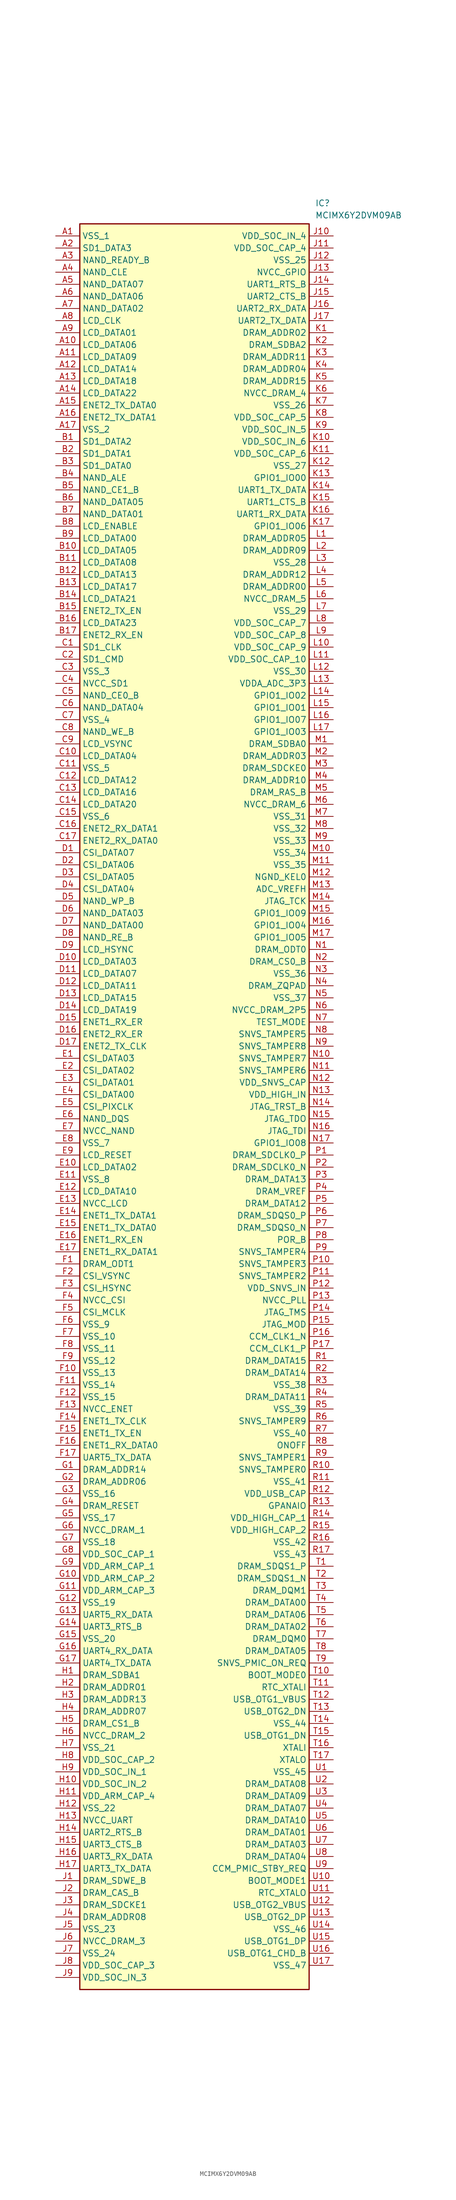
<source format=kicad_sym>
(kicad_symbol_lib
  (version 20211014)
  (generator SamacSys_ECAD_Model)
  (symbol "MCIMX6Y2DVM09AB"
    (property "Reference" "IC"
      (at 54.61 7.62 0)
      (effects (font (size 1.27 1.27)) (justify left top)))
    (property "Value" "MCIMX6Y2DVM09AB"
      (at 54.61 5.08 0)
      (effects (font (size 1.27 1.27)) (justify left top)))
    (rectangle
      (start 5.08 2.54)
      (end 53.34 -368.3)
      (stroke (width 0.254) (type default))
      (fill (type background)))
    (pin passive line
      (at 0 0 0)
      (length 5.08)
      (name "VSS_1" (effects (font (size 1.27 1.27))))
      (number "A1" (effects (font (size 1.27 1.27)))))
    (pin passive line
      (at 0 -2.54 0)
      (length 5.08)
      (name "SD1_DATA3" (effects (font (size 1.27 1.27))))
      (number "A2" (effects (font (size 1.27 1.27)))))
    (pin passive line
      (at 0 -5.08 0)
      (length 5.08)
      (name "NAND_READY_B" (effects (font (size 1.27 1.27))))
      (number "A3" (effects (font (size 1.27 1.27)))))
    (pin passive line
      (at 0 -7.62 0)
      (length 5.08)
      (name "NAND_CLE" (effects (font (size 1.27 1.27))))
      (number "A4" (effects (font (size 1.27 1.27)))))
    (pin passive line
      (at 0 -10.16 0)
      (length 5.08)
      (name "NAND_DATA07" (effects (font (size 1.27 1.27))))
      (number "A5" (effects (font (size 1.27 1.27)))))
    (pin passive line
      (at 0 -12.7 0)
      (length 5.08)
      (name "NAND_DATA06" (effects (font (size 1.27 1.27))))
      (number "A6" (effects (font (size 1.27 1.27)))))
    (pin passive line
      (at 0 -15.24 0)
      (length 5.08)
      (name "NAND_DATA02" (effects (font (size 1.27 1.27))))
      (number "A7" (effects (font (size 1.27 1.27)))))
    (pin passive line
      (at 0 -17.78 0)
      (length 5.08)
      (name "LCD_CLK" (effects (font (size 1.27 1.27))))
      (number "A8" (effects (font (size 1.27 1.27)))))
    (pin passive line
      (at 0 -20.32 0)
      (length 5.08)
      (name "LCD_DATA01" (effects (font (size 1.27 1.27))))
      (number "A9" (effects (font (size 1.27 1.27)))))
    (pin passive line
      (at 0 -22.86 0)
      (length 5.08)
      (name "LCD_DATA06" (effects (font (size 1.27 1.27))))
      (number "A10" (effects (font (size 1.27 1.27)))))
    (pin passive line
      (at 0 -25.4 0)
      (length 5.08)
      (name "LCD_DATA09" (effects (font (size 1.27 1.27))))
      (number "A11" (effects (font (size 1.27 1.27)))))
    (pin passive line
      (at 0 -27.94 0)
      (length 5.08)
      (name "LCD_DATA14" (effects (font (size 1.27 1.27))))
      (number "A12" (effects (font (size 1.27 1.27)))))
    (pin passive line
      (at 0 -30.48 0)
      (length 5.08)
      (name "LCD_DATA18" (effects (font (size 1.27 1.27))))
      (number "A13" (effects (font (size 1.27 1.27)))))
    (pin passive line
      (at 0 -33.02 0)
      (length 5.08)
      (name "LCD_DATA22" (effects (font (size 1.27 1.27))))
      (number "A14" (effects (font (size 1.27 1.27)))))
    (pin passive line
      (at 0 -35.56 0)
      (length 5.08)
      (name "ENET2_TX_DATA0" (effects (font (size 1.27 1.27))))
      (number "A15" (effects (font (size 1.27 1.27)))))
    (pin passive line
      (at 0 -38.1 0)
      (length 5.08)
      (name "ENET2_TX_DATA1" (effects (font (size 1.27 1.27))))
      (number "A16" (effects (font (size 1.27 1.27)))))
    (pin passive line
      (at 0 -40.64 0)
      (length 5.08)
      (name "VSS_2" (effects (font (size 1.27 1.27))))
      (number "A17" (effects (font (size 1.27 1.27)))))
    (pin passive line
      (at 0 -43.18 0)
      (length 5.08)
      (name "SD1_DATA2" (effects (font (size 1.27 1.27))))
      (number "B1" (effects (font (size 1.27 1.27)))))
    (pin passive line
      (at 0 -45.72 0)
      (length 5.08)
      (name "SD1_DATA1" (effects (font (size 1.27 1.27))))
      (number "B2" (effects (font (size 1.27 1.27)))))
    (pin passive line
      (at 0 -48.26 0)
      (length 5.08)
      (name "SD1_DATA0" (effects (font (size 1.27 1.27))))
      (number "B3" (effects (font (size 1.27 1.27)))))
    (pin passive line
      (at 0 -50.8 0)
      (length 5.08)
      (name "NAND_ALE" (effects (font (size 1.27 1.27))))
      (number "B4" (effects (font (size 1.27 1.27)))))
    (pin passive line
      (at 0 -53.34 0)
      (length 5.08)
      (name "NAND_CE1_B" (effects (font (size 1.27 1.27))))
      (number "B5" (effects (font (size 1.27 1.27)))))
    (pin passive line
      (at 0 -55.88 0)
      (length 5.08)
      (name "NAND_DATA05" (effects (font (size 1.27 1.27))))
      (number "B6" (effects (font (size 1.27 1.27)))))
    (pin passive line
      (at 0 -58.42 0)
      (length 5.08)
      (name "NAND_DATA01" (effects (font (size 1.27 1.27))))
      (number "B7" (effects (font (size 1.27 1.27)))))
    (pin passive line
      (at 0 -60.96 0)
      (length 5.08)
      (name "LCD_ENABLE" (effects (font (size 1.27 1.27))))
      (number "B8" (effects (font (size 1.27 1.27)))))
    (pin passive line
      (at 0 -63.5 0)
      (length 5.08)
      (name "LCD_DATA00" (effects (font (size 1.27 1.27))))
      (number "B9" (effects (font (size 1.27 1.27)))))
    (pin passive line
      (at 0 -66.04 0)
      (length 5.08)
      (name "LCD_DATA05" (effects (font (size 1.27 1.27))))
      (number "B10" (effects (font (size 1.27 1.27)))))
    (pin passive line
      (at 0 -68.58 0)
      (length 5.08)
      (name "LCD_DATA08" (effects (font (size 1.27 1.27))))
      (number "B11" (effects (font (size 1.27 1.27)))))
    (pin passive line
      (at 0 -71.12 0)
      (length 5.08)
      (name "LCD_DATA13" (effects (font (size 1.27 1.27))))
      (number "B12" (effects (font (size 1.27 1.27)))))
    (pin passive line
      (at 0 -73.66 0)
      (length 5.08)
      (name "LCD_DATA17" (effects (font (size 1.27 1.27))))
      (number "B13" (effects (font (size 1.27 1.27)))))
    (pin passive line
      (at 0 -76.2 0)
      (length 5.08)
      (name "LCD_DATA21" (effects (font (size 1.27 1.27))))
      (number "B14" (effects (font (size 1.27 1.27)))))
    (pin passive line
      (at 0 -78.74 0)
      (length 5.08)
      (name "ENET2_TX_EN" (effects (font (size 1.27 1.27))))
      (number "B15" (effects (font (size 1.27 1.27)))))
    (pin passive line
      (at 0 -81.28 0)
      (length 5.08)
      (name "LCD_DATA23" (effects (font (size 1.27 1.27))))
      (number "B16" (effects (font (size 1.27 1.27)))))
    (pin passive line
      (at 0 -83.82 0)
      (length 5.08)
      (name "ENET2_RX_EN" (effects (font (size 1.27 1.27))))
      (number "B17" (effects (font (size 1.27 1.27)))))
    (pin passive line
      (at 0 -86.36 0)
      (length 5.08)
      (name "SD1_CLK" (effects (font (size 1.27 1.27))))
      (number "C1" (effects (font (size 1.27 1.27)))))
    (pin passive line
      (at 0 -88.9 0)
      (length 5.08)
      (name "SD1_CMD" (effects (font (size 1.27 1.27))))
      (number "C2" (effects (font (size 1.27 1.27)))))
    (pin passive line
      (at 0 -91.44 0)
      (length 5.08)
      (name "VSS_3" (effects (font (size 1.27 1.27))))
      (number "C3" (effects (font (size 1.27 1.27)))))
    (pin passive line
      (at 0 -93.98 0)
      (length 5.08)
      (name "NVCC_SD1" (effects (font (size 1.27 1.27))))
      (number "C4" (effects (font (size 1.27 1.27)))))
    (pin passive line
      (at 0 -96.52 0)
      (length 5.08)
      (name "NAND_CE0_B" (effects (font (size 1.27 1.27))))
      (number "C5" (effects (font (size 1.27 1.27)))))
    (pin passive line
      (at 0 -99.06 0)
      (length 5.08)
      (name "NAND_DATA04" (effects (font (size 1.27 1.27))))
      (number "C6" (effects (font (size 1.27 1.27)))))
    (pin passive line
      (at 0 -101.6 0)
      (length 5.08)
      (name "VSS_4" (effects (font (size 1.27 1.27))))
      (number "C7" (effects (font (size 1.27 1.27)))))
    (pin passive line
      (at 0 -104.14 0)
      (length 5.08)
      (name "NAND_WE_B" (effects (font (size 1.27 1.27))))
      (number "C8" (effects (font (size 1.27 1.27)))))
    (pin passive line
      (at 0 -106.68 0)
      (length 5.08)
      (name "LCD_VSYNC" (effects (font (size 1.27 1.27))))
      (number "C9" (effects (font (size 1.27 1.27)))))
    (pin passive line
      (at 0 -109.22 0)
      (length 5.08)
      (name "LCD_DATA04" (effects (font (size 1.27 1.27))))
      (number "C10" (effects (font (size 1.27 1.27)))))
    (pin passive line
      (at 0 -111.76 0)
      (length 5.08)
      (name "VSS_5" (effects (font (size 1.27 1.27))))
      (number "C11" (effects (font (size 1.27 1.27)))))
    (pin passive line
      (at 0 -114.3 0)
      (length 5.08)
      (name "LCD_DATA12" (effects (font (size 1.27 1.27))))
      (number "C12" (effects (font (size 1.27 1.27)))))
    (pin passive line
      (at 0 -116.84 0)
      (length 5.08)
      (name "LCD_DATA16" (effects (font (size 1.27 1.27))))
      (number "C13" (effects (font (size 1.27 1.27)))))
    (pin passive line
      (at 0 -119.38 0)
      (length 5.08)
      (name "LCD_DATA20" (effects (font (size 1.27 1.27))))
      (number "C14" (effects (font (size 1.27 1.27)))))
    (pin passive line
      (at 0 -121.92 0)
      (length 5.08)
      (name "VSS_6" (effects (font (size 1.27 1.27))))
      (number "C15" (effects (font (size 1.27 1.27)))))
    (pin passive line
      (at 0 -124.46 0)
      (length 5.08)
      (name "ENET2_RX_DATA1" (effects (font (size 1.27 1.27))))
      (number "C16" (effects (font (size 1.27 1.27)))))
    (pin passive line
      (at 0 -127 0)
      (length 5.08)
      (name "ENET2_RX_DATA0" (effects (font (size 1.27 1.27))))
      (number "C17" (effects (font (size 1.27 1.27)))))
    (pin passive line
      (at 0 -129.54 0)
      (length 5.08)
      (name "CSI_DATA07" (effects (font (size 1.27 1.27))))
      (number "D1" (effects (font (size 1.27 1.27)))))
    (pin passive line
      (at 0 -132.08 0)
      (length 5.08)
      (name "CSI_DATA06" (effects (font (size 1.27 1.27))))
      (number "D2" (effects (font (size 1.27 1.27)))))
    (pin passive line
      (at 0 -134.62 0)
      (length 5.08)
      (name "CSI_DATA05" (effects (font (size 1.27 1.27))))
      (number "D3" (effects (font (size 1.27 1.27)))))
    (pin passive line
      (at 0 -137.16 0)
      (length 5.08)
      (name "CSI_DATA04" (effects (font (size 1.27 1.27))))
      (number "D4" (effects (font (size 1.27 1.27)))))
    (pin passive line
      (at 0 -139.7 0)
      (length 5.08)
      (name "NAND_WP_B" (effects (font (size 1.27 1.27))))
      (number "D5" (effects (font (size 1.27 1.27)))))
    (pin passive line
      (at 0 -142.24 0)
      (length 5.08)
      (name "NAND_DATA03" (effects (font (size 1.27 1.27))))
      (number "D6" (effects (font (size 1.27 1.27)))))
    (pin passive line
      (at 0 -144.78 0)
      (length 5.08)
      (name "NAND_DATA00" (effects (font (size 1.27 1.27))))
      (number "D7" (effects (font (size 1.27 1.27)))))
    (pin passive line
      (at 0 -147.32 0)
      (length 5.08)
      (name "NAND_RE_B" (effects (font (size 1.27 1.27))))
      (number "D8" (effects (font (size 1.27 1.27)))))
    (pin passive line
      (at 0 -149.86 0)
      (length 5.08)
      (name "LCD_HSYNC" (effects (font (size 1.27 1.27))))
      (number "D9" (effects (font (size 1.27 1.27)))))
    (pin passive line
      (at 0 -152.4 0)
      (length 5.08)
      (name "LCD_DATA03" (effects (font (size 1.27 1.27))))
      (number "D10" (effects (font (size 1.27 1.27)))))
    (pin passive line
      (at 0 -154.94 0)
      (length 5.08)
      (name "LCD_DATA07" (effects (font (size 1.27 1.27))))
      (number "D11" (effects (font (size 1.27 1.27)))))
    (pin passive line
      (at 0 -157.48 0)
      (length 5.08)
      (name "LCD_DATA11" (effects (font (size 1.27 1.27))))
      (number "D12" (effects (font (size 1.27 1.27)))))
    (pin passive line
      (at 0 -160.02 0)
      (length 5.08)
      (name "LCD_DATA15" (effects (font (size 1.27 1.27))))
      (number "D13" (effects (font (size 1.27 1.27)))))
    (pin passive line
      (at 0 -162.56 0)
      (length 5.08)
      (name "LCD_DATA19" (effects (font (size 1.27 1.27))))
      (number "D14" (effects (font (size 1.27 1.27)))))
    (pin passive line
      (at 0 -165.1 0)
      (length 5.08)
      (name "ENET1_RX_ER" (effects (font (size 1.27 1.27))))
      (number "D15" (effects (font (size 1.27 1.27)))))
    (pin passive line
      (at 0 -167.64 0)
      (length 5.08)
      (name "ENET2_RX_ER" (effects (font (size 1.27 1.27))))
      (number "D16" (effects (font (size 1.27 1.27)))))
    (pin passive line
      (at 0 -170.18 0)
      (length 5.08)
      (name "ENET2_TX_CLK" (effects (font (size 1.27 1.27))))
      (number "D17" (effects (font (size 1.27 1.27)))))
    (pin passive line
      (at 0 -172.72 0)
      (length 5.08)
      (name "CSI_DATA03" (effects (font (size 1.27 1.27))))
      (number "E1" (effects (font (size 1.27 1.27)))))
    (pin passive line
      (at 0 -175.26 0)
      (length 5.08)
      (name "CSI_DATA02" (effects (font (size 1.27 1.27))))
      (number "E2" (effects (font (size 1.27 1.27)))))
    (pin passive line
      (at 0 -177.8 0)
      (length 5.08)
      (name "CSI_DATA01" (effects (font (size 1.27 1.27))))
      (number "E3" (effects (font (size 1.27 1.27)))))
    (pin passive line
      (at 0 -180.34 0)
      (length 5.08)
      (name "CSI_DATA00" (effects (font (size 1.27 1.27))))
      (number "E4" (effects (font (size 1.27 1.27)))))
    (pin passive line
      (at 0 -182.88 0)
      (length 5.08)
      (name "CSI_PIXCLK" (effects (font (size 1.27 1.27))))
      (number "E5" (effects (font (size 1.27 1.27)))))
    (pin passive line
      (at 0 -185.42 0)
      (length 5.08)
      (name "NAND_DQS" (effects (font (size 1.27 1.27))))
      (number "E6" (effects (font (size 1.27 1.27)))))
    (pin passive line
      (at 0 -187.96 0)
      (length 5.08)
      (name "NVCC_NAND" (effects (font (size 1.27 1.27))))
      (number "E7" (effects (font (size 1.27 1.27)))))
    (pin passive line
      (at 0 -190.5 0)
      (length 5.08)
      (name "VSS_7" (effects (font (size 1.27 1.27))))
      (number "E8" (effects (font (size 1.27 1.27)))))
    (pin passive line
      (at 0 -193.04 0)
      (length 5.08)
      (name "LCD_RESET" (effects (font (size 1.27 1.27))))
      (number "E9" (effects (font (size 1.27 1.27)))))
    (pin passive line
      (at 0 -195.58 0)
      (length 5.08)
      (name "LCD_DATA02" (effects (font (size 1.27 1.27))))
      (number "E10" (effects (font (size 1.27 1.27)))))
    (pin passive line
      (at 0 -198.12 0)
      (length 5.08)
      (name "VSS_8" (effects (font (size 1.27 1.27))))
      (number "E11" (effects (font (size 1.27 1.27)))))
    (pin passive line
      (at 0 -200.66 0)
      (length 5.08)
      (name "LCD_DATA10" (effects (font (size 1.27 1.27))))
      (number "E12" (effects (font (size 1.27 1.27)))))
    (pin passive line
      (at 0 -203.2 0)
      (length 5.08)
      (name "NVCC_LCD" (effects (font (size 1.27 1.27))))
      (number "E13" (effects (font (size 1.27 1.27)))))
    (pin passive line
      (at 0 -205.74 0)
      (length 5.08)
      (name "ENET1_TX_DATA1" (effects (font (size 1.27 1.27))))
      (number "E14" (effects (font (size 1.27 1.27)))))
    (pin passive line
      (at 0 -208.28 0)
      (length 5.08)
      (name "ENET1_TX_DATA0" (effects (font (size 1.27 1.27))))
      (number "E15" (effects (font (size 1.27 1.27)))))
    (pin passive line
      (at 0 -210.82 0)
      (length 5.08)
      (name "ENET1_RX_EN" (effects (font (size 1.27 1.27))))
      (number "E16" (effects (font (size 1.27 1.27)))))
    (pin passive line
      (at 0 -213.36 0)
      (length 5.08)
      (name "ENET1_RX_DATA1" (effects (font (size 1.27 1.27))))
      (number "E17" (effects (font (size 1.27 1.27)))))
    (pin passive line
      (at 0 -215.9 0)
      (length 5.08)
      (name "DRAM_ODT1" (effects (font (size 1.27 1.27))))
      (number "F1" (effects (font (size 1.27 1.27)))))
    (pin passive line
      (at 0 -218.44 0)
      (length 5.08)
      (name "CSI_VSYNC" (effects (font (size 1.27 1.27))))
      (number "F2" (effects (font (size 1.27 1.27)))))
    (pin passive line
      (at 0 -220.98 0)
      (length 5.08)
      (name "CSI_HSYNC" (effects (font (size 1.27 1.27))))
      (number "F3" (effects (font (size 1.27 1.27)))))
    (pin passive line
      (at 0 -223.52 0)
      (length 5.08)
      (name "NVCC_CSI" (effects (font (size 1.27 1.27))))
      (number "F4" (effects (font (size 1.27 1.27)))))
    (pin passive line
      (at 0 -226.06 0)
      (length 5.08)
      (name "CSI_MCLK" (effects (font (size 1.27 1.27))))
      (number "F5" (effects (font (size 1.27 1.27)))))
    (pin passive line
      (at 0 -228.6 0)
      (length 5.08)
      (name "VSS_9" (effects (font (size 1.27 1.27))))
      (number "F6" (effects (font (size 1.27 1.27)))))
    (pin passive line
      (at 0 -231.14 0)
      (length 5.08)
      (name "VSS_10" (effects (font (size 1.27 1.27))))
      (number "F7" (effects (font (size 1.27 1.27)))))
    (pin passive line
      (at 0 -233.68 0)
      (length 5.08)
      (name "VSS_11" (effects (font (size 1.27 1.27))))
      (number "F8" (effects (font (size 1.27 1.27)))))
    (pin passive line
      (at 0 -236.22 0)
      (length 5.08)
      (name "VSS_12" (effects (font (size 1.27 1.27))))
      (number "F9" (effects (font (size 1.27 1.27)))))
    (pin passive line
      (at 0 -238.76 0)
      (length 5.08)
      (name "VSS_13" (effects (font (size 1.27 1.27))))
      (number "F10" (effects (font (size 1.27 1.27)))))
    (pin passive line
      (at 0 -241.3 0)
      (length 5.08)
      (name "VSS_14" (effects (font (size 1.27 1.27))))
      (number "F11" (effects (font (size 1.27 1.27)))))
    (pin passive line
      (at 0 -243.84 0)
      (length 5.08)
      (name "VSS_15" (effects (font (size 1.27 1.27))))
      (number "F12" (effects (font (size 1.27 1.27)))))
    (pin passive line
      (at 0 -246.38 0)
      (length 5.08)
      (name "NVCC_ENET" (effects (font (size 1.27 1.27))))
      (number "F13" (effects (font (size 1.27 1.27)))))
    (pin passive line
      (at 0 -248.92 0)
      (length 5.08)
      (name "ENET1_TX_CLK" (effects (font (size 1.27 1.27))))
      (number "F14" (effects (font (size 1.27 1.27)))))
    (pin passive line
      (at 0 -251.46 0)
      (length 5.08)
      (name "ENET1_TX_EN" (effects (font (size 1.27 1.27))))
      (number "F15" (effects (font (size 1.27 1.27)))))
    (pin passive line
      (at 0 -254 0)
      (length 5.08)
      (name "ENET1_RX_DATA0" (effects (font (size 1.27 1.27))))
      (number "F16" (effects (font (size 1.27 1.27)))))
    (pin passive line
      (at 0 -256.54 0)
      (length 5.08)
      (name "UART5_TX_DATA" (effects (font (size 1.27 1.27))))
      (number "F17" (effects (font (size 1.27 1.27)))))
    (pin passive line
      (at 0 -259.08 0)
      (length 5.08)
      (name "DRAM_ADDR14" (effects (font (size 1.27 1.27))))
      (number "G1" (effects (font (size 1.27 1.27)))))
    (pin passive line
      (at 0 -261.62 0)
      (length 5.08)
      (name "DRAM_ADDR06" (effects (font (size 1.27 1.27))))
      (number "G2" (effects (font (size 1.27 1.27)))))
    (pin passive line
      (at 0 -264.16 0)
      (length 5.08)
      (name "VSS_16" (effects (font (size 1.27 1.27))))
      (number "G3" (effects (font (size 1.27 1.27)))))
    (pin passive line
      (at 0 -266.7 0)
      (length 5.08)
      (name "DRAM_RESET" (effects (font (size 1.27 1.27))))
      (number "G4" (effects (font (size 1.27 1.27)))))
    (pin passive line
      (at 0 -269.24 0)
      (length 5.08)
      (name "VSS_17" (effects (font (size 1.27 1.27))))
      (number "G5" (effects (font (size 1.27 1.27)))))
    (pin passive line
      (at 0 -271.78 0)
      (length 5.08)
      (name "NVCC_DRAM_1" (effects (font (size 1.27 1.27))))
      (number "G6" (effects (font (size 1.27 1.27)))))
    (pin passive line
      (at 0 -274.32 0)
      (length 5.08)
      (name "VSS_18" (effects (font (size 1.27 1.27))))
      (number "G7" (effects (font (size 1.27 1.27)))))
    (pin passive line
      (at 0 -276.86 0)
      (length 5.08)
      (name "VDD_SOC_CAP_1" (effects (font (size 1.27 1.27))))
      (number "G8" (effects (font (size 1.27 1.27)))))
    (pin passive line
      (at 0 -279.4 0)
      (length 5.08)
      (name "VDD_ARM_CAP_1" (effects (font (size 1.27 1.27))))
      (number "G9" (effects (font (size 1.27 1.27)))))
    (pin passive line
      (at 0 -281.94 0)
      (length 5.08)
      (name "VDD_ARM_CAP_2" (effects (font (size 1.27 1.27))))
      (number "G10" (effects (font (size 1.27 1.27)))))
    (pin passive line
      (at 0 -284.48 0)
      (length 5.08)
      (name "VDD_ARM_CAP_3" (effects (font (size 1.27 1.27))))
      (number "G11" (effects (font (size 1.27 1.27)))))
    (pin passive line
      (at 0 -287.02 0)
      (length 5.08)
      (name "VSS_19" (effects (font (size 1.27 1.27))))
      (number "G12" (effects (font (size 1.27 1.27)))))
    (pin passive line
      (at 0 -289.56 0)
      (length 5.08)
      (name "UART5_RX_DATA" (effects (font (size 1.27 1.27))))
      (number "G13" (effects (font (size 1.27 1.27)))))
    (pin passive line
      (at 0 -292.1 0)
      (length 5.08)
      (name "UART3_RTS_B" (effects (font (size 1.27 1.27))))
      (number "G14" (effects (font (size 1.27 1.27)))))
    (pin passive line
      (at 0 -294.64 0)
      (length 5.08)
      (name "VSS_20" (effects (font (size 1.27 1.27))))
      (number "G15" (effects (font (size 1.27 1.27)))))
    (pin passive line
      (at 0 -297.18 0)
      (length 5.08)
      (name "UART4_RX_DATA" (effects (font (size 1.27 1.27))))
      (number "G16" (effects (font (size 1.27 1.27)))))
    (pin passive line
      (at 0 -299.72 0)
      (length 5.08)
      (name "UART4_TX_DATA" (effects (font (size 1.27 1.27))))
      (number "G17" (effects (font (size 1.27 1.27)))))
    (pin passive line
      (at 0 -302.26 0)
      (length 5.08)
      (name "DRAM_SDBA1" (effects (font (size 1.27 1.27))))
      (number "H1" (effects (font (size 1.27 1.27)))))
    (pin passive line
      (at 0 -304.8 0)
      (length 5.08)
      (name "DRAM_ADDR01" (effects (font (size 1.27 1.27))))
      (number "H2" (effects (font (size 1.27 1.27)))))
    (pin passive line
      (at 0 -307.34 0)
      (length 5.08)
      (name "DRAM_ADDR13" (effects (font (size 1.27 1.27))))
      (number "H3" (effects (font (size 1.27 1.27)))))
    (pin passive line
      (at 0 -309.88 0)
      (length 5.08)
      (name "DRAM_ADDR07" (effects (font (size 1.27 1.27))))
      (number "H4" (effects (font (size 1.27 1.27)))))
    (pin passive line
      (at 0 -312.42 0)
      (length 5.08)
      (name "DRAM_CS1_B" (effects (font (size 1.27 1.27))))
      (number "H5" (effects (font (size 1.27 1.27)))))
    (pin passive line
      (at 0 -314.96 0)
      (length 5.08)
      (name "NVCC_DRAM_2" (effects (font (size 1.27 1.27))))
      (number "H6" (effects (font (size 1.27 1.27)))))
    (pin passive line
      (at 0 -317.5 0)
      (length 5.08)
      (name "VSS_21" (effects (font (size 1.27 1.27))))
      (number "H7" (effects (font (size 1.27 1.27)))))
    (pin passive line
      (at 0 -320.04 0)
      (length 5.08)
      (name "VDD_SOC_CAP_2" (effects (font (size 1.27 1.27))))
      (number "H8" (effects (font (size 1.27 1.27)))))
    (pin passive line
      (at 0 -322.58 0)
      (length 5.08)
      (name "VDD_SOC_IN_1" (effects (font (size 1.27 1.27))))
      (number "H9" (effects (font (size 1.27 1.27)))))
    (pin passive line
      (at 0 -325.12 0)
      (length 5.08)
      (name "VDD_SOC_IN_2" (effects (font (size 1.27 1.27))))
      (number "H10" (effects (font (size 1.27 1.27)))))
    (pin passive line
      (at 0 -327.66 0)
      (length 5.08)
      (name "VDD_ARM_CAP_4" (effects (font (size 1.27 1.27))))
      (number "H11" (effects (font (size 1.27 1.27)))))
    (pin passive line
      (at 0 -330.2 0)
      (length 5.08)
      (name "VSS_22" (effects (font (size 1.27 1.27))))
      (number "H12" (effects (font (size 1.27 1.27)))))
    (pin passive line
      (at 0 -332.74 0)
      (length 5.08)
      (name "NVCC_UART" (effects (font (size 1.27 1.27))))
      (number "H13" (effects (font (size 1.27 1.27)))))
    (pin passive line
      (at 0 -335.28 0)
      (length 5.08)
      (name "UART2_RTS_B" (effects (font (size 1.27 1.27))))
      (number "H14" (effects (font (size 1.27 1.27)))))
    (pin passive line
      (at 0 -337.82 0)
      (length 5.08)
      (name "UART3_CTS_B" (effects (font (size 1.27 1.27))))
      (number "H15" (effects (font (size 1.27 1.27)))))
    (pin passive line
      (at 0 -340.36 0)
      (length 5.08)
      (name "UART3_RX_DATA" (effects (font (size 1.27 1.27))))
      (number "H16" (effects (font (size 1.27 1.27)))))
    (pin passive line
      (at 0 -342.9 0)
      (length 5.08)
      (name "UART3_TX_DATA" (effects (font (size 1.27 1.27))))
      (number "H17" (effects (font (size 1.27 1.27)))))
    (pin passive line
      (at 0 -345.44 0)
      (length 5.08)
      (name "DRAM_SDWE_B" (effects (font (size 1.27 1.27))))
      (number "J1" (effects (font (size 1.27 1.27)))))
    (pin passive line
      (at 0 -347.98 0)
      (length 5.08)
      (name "DRAM_CAS_B" (effects (font (size 1.27 1.27))))
      (number "J2" (effects (font (size 1.27 1.27)))))
    (pin passive line
      (at 0 -350.52 0)
      (length 5.08)
      (name "DRAM_SDCKE1" (effects (font (size 1.27 1.27))))
      (number "J3" (effects (font (size 1.27 1.27)))))
    (pin passive line
      (at 0 -353.06 0)
      (length 5.08)
      (name "DRAM_ADDR08" (effects (font (size 1.27 1.27))))
      (number "J4" (effects (font (size 1.27 1.27)))))
    (pin passive line
      (at 0 -355.6 0)
      (length 5.08)
      (name "VSS_23" (effects (font (size 1.27 1.27))))
      (number "J5" (effects (font (size 1.27 1.27)))))
    (pin passive line
      (at 0 -358.14 0)
      (length 5.08)
      (name "NVCC_DRAM_3" (effects (font (size 1.27 1.27))))
      (number "J6" (effects (font (size 1.27 1.27)))))
    (pin passive line
      (at 0 -360.68 0)
      (length 5.08)
      (name "VSS_24" (effects (font (size 1.27 1.27))))
      (number "J7" (effects (font (size 1.27 1.27)))))
    (pin passive line
      (at 0 -363.22 0)
      (length 5.08)
      (name "VDD_SOC_CAP_3" (effects (font (size 1.27 1.27))))
      (number "J8" (effects (font (size 1.27 1.27)))))
    (pin passive line
      (at 0 -365.76 0)
      (length 5.08)
      (name "VDD_SOC_IN_3" (effects (font (size 1.27 1.27))))
      (number "J9" (effects (font (size 1.27 1.27)))))
    (pin passive line
      (at 58.42 0 180)
      (length 5.08)
      (name "VDD_SOC_IN_4" (effects (font (size 1.27 1.27))))
      (number "J10" (effects (font (size 1.27 1.27)))))
    (pin passive line
      (at 58.42 -2.54 180)
      (length 5.08)
      (name "VDD_SOC_CAP_4" (effects (font (size 1.27 1.27))))
      (number "J11" (effects (font (size 1.27 1.27)))))
    (pin passive line
      (at 58.42 -5.08 180)
      (length 5.08)
      (name "VSS_25" (effects (font (size 1.27 1.27))))
      (number "J12" (effects (font (size 1.27 1.27)))))
    (pin passive line
      (at 58.42 -7.62 180)
      (length 5.08)
      (name "NVCC_GPIO" (effects (font (size 1.27 1.27))))
      (number "J13" (effects (font (size 1.27 1.27)))))
    (pin passive line
      (at 58.42 -10.16 180)
      (length 5.08)
      (name "UART1_RTS_B" (effects (font (size 1.27 1.27))))
      (number "J14" (effects (font (size 1.27 1.27)))))
    (pin passive line
      (at 58.42 -12.7 180)
      (length 5.08)
      (name "UART2_CTS_B" (effects (font (size 1.27 1.27))))
      (number "J15" (effects (font (size 1.27 1.27)))))
    (pin passive line
      (at 58.42 -15.24 180)
      (length 5.08)
      (name "UART2_RX_DATA" (effects (font (size 1.27 1.27))))
      (number "J16" (effects (font (size 1.27 1.27)))))
    (pin passive line
      (at 58.42 -17.78 180)
      (length 5.08)
      (name "UART2_TX_DATA" (effects (font (size 1.27 1.27))))
      (number "J17" (effects (font (size 1.27 1.27)))))
    (pin passive line
      (at 58.42 -20.32 180)
      (length 5.08)
      (name "DRAM_ADDR02" (effects (font (size 1.27 1.27))))
      (number "K1" (effects (font (size 1.27 1.27)))))
    (pin passive line
      (at 58.42 -22.86 180)
      (length 5.08)
      (name "DRAM_SDBA2" (effects (font (size 1.27 1.27))))
      (number "K2" (effects (font (size 1.27 1.27)))))
    (pin passive line
      (at 58.42 -25.4 180)
      (length 5.08)
      (name "DRAM_ADDR11" (effects (font (size 1.27 1.27))))
      (number "K3" (effects (font (size 1.27 1.27)))))
    (pin passive line
      (at 58.42 -27.94 180)
      (length 5.08)
      (name "DRAM_ADDR04" (effects (font (size 1.27 1.27))))
      (number "K4" (effects (font (size 1.27 1.27)))))
    (pin passive line
      (at 58.42 -30.48 180)
      (length 5.08)
      (name "DRAM_ADDR15" (effects (font (size 1.27 1.27))))
      (number "K5" (effects (font (size 1.27 1.27)))))
    (pin passive line
      (at 58.42 -33.02 180)
      (length 5.08)
      (name "NVCC_DRAM_4" (effects (font (size 1.27 1.27))))
      (number "K6" (effects (font (size 1.27 1.27)))))
    (pin passive line
      (at 58.42 -35.56 180)
      (length 5.08)
      (name "VSS_26" (effects (font (size 1.27 1.27))))
      (number "K7" (effects (font (size 1.27 1.27)))))
    (pin passive line
      (at 58.42 -38.1 180)
      (length 5.08)
      (name "VDD_SOC_CAP_5" (effects (font (size 1.27 1.27))))
      (number "K8" (effects (font (size 1.27 1.27)))))
    (pin passive line
      (at 58.42 -40.64 180)
      (length 5.08)
      (name "VDD_SOC_IN_5" (effects (font (size 1.27 1.27))))
      (number "K9" (effects (font (size 1.27 1.27)))))
    (pin passive line
      (at 58.42 -43.18 180)
      (length 5.08)
      (name "VDD_SOC_IN_6" (effects (font (size 1.27 1.27))))
      (number "K10" (effects (font (size 1.27 1.27)))))
    (pin passive line
      (at 58.42 -45.72 180)
      (length 5.08)
      (name "VDD_SOC_CAP_6" (effects (font (size 1.27 1.27))))
      (number "K11" (effects (font (size 1.27 1.27)))))
    (pin passive line
      (at 58.42 -48.26 180)
      (length 5.08)
      (name "VSS_27" (effects (font (size 1.27 1.27))))
      (number "K12" (effects (font (size 1.27 1.27)))))
    (pin passive line
      (at 58.42 -50.8 180)
      (length 5.08)
      (name "GPIO1_IO00" (effects (font (size 1.27 1.27))))
      (number "K13" (effects (font (size 1.27 1.27)))))
    (pin passive line
      (at 58.42 -53.34 180)
      (length 5.08)
      (name "UART1_TX_DATA" (effects (font (size 1.27 1.27))))
      (number "K14" (effects (font (size 1.27 1.27)))))
    (pin passive line
      (at 58.42 -55.88 180)
      (length 5.08)
      (name "UART1_CTS_B" (effects (font (size 1.27 1.27))))
      (number "K15" (effects (font (size 1.27 1.27)))))
    (pin passive line
      (at 58.42 -58.42 180)
      (length 5.08)
      (name "UART1_RX_DATA" (effects (font (size 1.27 1.27))))
      (number "K16" (effects (font (size 1.27 1.27)))))
    (pin passive line
      (at 58.42 -60.96 180)
      (length 5.08)
      (name "GPIO1_IO06" (effects (font (size 1.27 1.27))))
      (number "K17" (effects (font (size 1.27 1.27)))))
    (pin passive line
      (at 58.42 -63.5 180)
      (length 5.08)
      (name "DRAM_ADDR05" (effects (font (size 1.27 1.27))))
      (number "L1" (effects (font (size 1.27 1.27)))))
    (pin passive line
      (at 58.42 -66.04 180)
      (length 5.08)
      (name "DRAM_ADDR09" (effects (font (size 1.27 1.27))))
      (number "L2" (effects (font (size 1.27 1.27)))))
    (pin passive line
      (at 58.42 -68.58 180)
      (length 5.08)
      (name "VSS_28" (effects (font (size 1.27 1.27))))
      (number "L3" (effects (font (size 1.27 1.27)))))
    (pin passive line
      (at 58.42 -71.12 180)
      (length 5.08)
      (name "DRAM_ADDR12" (effects (font (size 1.27 1.27))))
      (number "L4" (effects (font (size 1.27 1.27)))))
    (pin passive line
      (at 58.42 -73.66 180)
      (length 5.08)
      (name "DRAM_ADDR00" (effects (font (size 1.27 1.27))))
      (number "L5" (effects (font (size 1.27 1.27)))))
    (pin passive line
      (at 58.42 -76.2 180)
      (length 5.08)
      (name "NVCC_DRAM_5" (effects (font (size 1.27 1.27))))
      (number "L6" (effects (font (size 1.27 1.27)))))
    (pin passive line
      (at 58.42 -78.74 180)
      (length 5.08)
      (name "VSS_29" (effects (font (size 1.27 1.27))))
      (number "L7" (effects (font (size 1.27 1.27)))))
    (pin passive line
      (at 58.42 -81.28 180)
      (length 5.08)
      (name "VDD_SOC_CAP_7" (effects (font (size 1.27 1.27))))
      (number "L8" (effects (font (size 1.27 1.27)))))
    (pin passive line
      (at 58.42 -83.82 180)
      (length 5.08)
      (name "VDD_SOC_CAP_8" (effects (font (size 1.27 1.27))))
      (number "L9" (effects (font (size 1.27 1.27)))))
    (pin passive line
      (at 58.42 -86.36 180)
      (length 5.08)
      (name "VDD_SOC_CAP_9" (effects (font (size 1.27 1.27))))
      (number "L10" (effects (font (size 1.27 1.27)))))
    (pin passive line
      (at 58.42 -88.9 180)
      (length 5.08)
      (name "VDD_SOC_CAP_10" (effects (font (size 1.27 1.27))))
      (number "L11" (effects (font (size 1.27 1.27)))))
    (pin passive line
      (at 58.42 -91.44 180)
      (length 5.08)
      (name "VSS_30" (effects (font (size 1.27 1.27))))
      (number "L12" (effects (font (size 1.27 1.27)))))
    (pin passive line
      (at 58.42 -93.98 180)
      (length 5.08)
      (name "VDDA_ADC_3P3" (effects (font (size 1.27 1.27))))
      (number "L13" (effects (font (size 1.27 1.27)))))
    (pin passive line
      (at 58.42 -96.52 180)
      (length 5.08)
      (name "GPIO1_IO02" (effects (font (size 1.27 1.27))))
      (number "L14" (effects (font (size 1.27 1.27)))))
    (pin passive line
      (at 58.42 -99.06 180)
      (length 5.08)
      (name "GPIO1_IO01" (effects (font (size 1.27 1.27))))
      (number "L15" (effects (font (size 1.27 1.27)))))
    (pin passive line
      (at 58.42 -101.6 180)
      (length 5.08)
      (name "GPIO1_IO07" (effects (font (size 1.27 1.27))))
      (number "L16" (effects (font (size 1.27 1.27)))))
    (pin passive line
      (at 58.42 -104.14 180)
      (length 5.08)
      (name "GPIO1_IO03" (effects (font (size 1.27 1.27))))
      (number "L17" (effects (font (size 1.27 1.27)))))
    (pin passive line
      (at 58.42 -106.68 180)
      (length 5.08)
      (name "DRAM_SDBA0" (effects (font (size 1.27 1.27))))
      (number "M1" (effects (font (size 1.27 1.27)))))
    (pin passive line
      (at 58.42 -109.22 180)
      (length 5.08)
      (name "DRAM_ADDR03" (effects (font (size 1.27 1.27))))
      (number "M2" (effects (font (size 1.27 1.27)))))
    (pin passive line
      (at 58.42 -111.76 180)
      (length 5.08)
      (name "DRAM_SDCKE0" (effects (font (size 1.27 1.27))))
      (number "M3" (effects (font (size 1.27 1.27)))))
    (pin passive line
      (at 58.42 -114.3 180)
      (length 5.08)
      (name "DRAM_ADDR10" (effects (font (size 1.27 1.27))))
      (number "M4" (effects (font (size 1.27 1.27)))))
    (pin passive line
      (at 58.42 -116.84 180)
      (length 5.08)
      (name "DRAM_RAS_B" (effects (font (size 1.27 1.27))))
      (number "M5" (effects (font (size 1.27 1.27)))))
    (pin passive line
      (at 58.42 -119.38 180)
      (length 5.08)
      (name "NVCC_DRAM_6" (effects (font (size 1.27 1.27))))
      (number "M6" (effects (font (size 1.27 1.27)))))
    (pin passive line
      (at 58.42 -121.92 180)
      (length 5.08)
      (name "VSS_31" (effects (font (size 1.27 1.27))))
      (number "M7" (effects (font (size 1.27 1.27)))))
    (pin passive line
      (at 58.42 -124.46 180)
      (length 5.08)
      (name "VSS_32" (effects (font (size 1.27 1.27))))
      (number "M8" (effects (font (size 1.27 1.27)))))
    (pin passive line
      (at 58.42 -127 180)
      (length 5.08)
      (name "VSS_33" (effects (font (size 1.27 1.27))))
      (number "M9" (effects (font (size 1.27 1.27)))))
    (pin passive line
      (at 58.42 -129.54 180)
      (length 5.08)
      (name "VSS_34" (effects (font (size 1.27 1.27))))
      (number "M10" (effects (font (size 1.27 1.27)))))
    (pin passive line
      (at 58.42 -132.08 180)
      (length 5.08)
      (name "VSS_35" (effects (font (size 1.27 1.27))))
      (number "M11" (effects (font (size 1.27 1.27)))))
    (pin passive line
      (at 58.42 -134.62 180)
      (length 5.08)
      (name "NGND_KEL0" (effects (font (size 1.27 1.27))))
      (number "M12" (effects (font (size 1.27 1.27)))))
    (pin passive line
      (at 58.42 -137.16 180)
      (length 5.08)
      (name "ADC_VREFH" (effects (font (size 1.27 1.27))))
      (number "M13" (effects (font (size 1.27 1.27)))))
    (pin passive line
      (at 58.42 -139.7 180)
      (length 5.08)
      (name "JTAG_TCK" (effects (font (size 1.27 1.27))))
      (number "M14" (effects (font (size 1.27 1.27)))))
    (pin passive line
      (at 58.42 -142.24 180)
      (length 5.08)
      (name "GPIO1_IO09" (effects (font (size 1.27 1.27))))
      (number "M15" (effects (font (size 1.27 1.27)))))
    (pin passive line
      (at 58.42 -144.78 180)
      (length 5.08)
      (name "GPIO1_IO04" (effects (font (size 1.27 1.27))))
      (number "M16" (effects (font (size 1.27 1.27)))))
    (pin passive line
      (at 58.42 -147.32 180)
      (length 5.08)
      (name "GPIO1_IO05" (effects (font (size 1.27 1.27))))
      (number "M17" (effects (font (size 1.27 1.27)))))
    (pin passive line
      (at 58.42 -149.86 180)
      (length 5.08)
      (name "DRAM_ODT0" (effects (font (size 1.27 1.27))))
      (number "N1" (effects (font (size 1.27 1.27)))))
    (pin passive line
      (at 58.42 -152.4 180)
      (length 5.08)
      (name "DRAM_CS0_B" (effects (font (size 1.27 1.27))))
      (number "N2" (effects (font (size 1.27 1.27)))))
    (pin passive line
      (at 58.42 -154.94 180)
      (length 5.08)
      (name "VSS_36" (effects (font (size 1.27 1.27))))
      (number "N3" (effects (font (size 1.27 1.27)))))
    (pin passive line
      (at 58.42 -157.48 180)
      (length 5.08)
      (name "DRAM_ZQPAD" (effects (font (size 1.27 1.27))))
      (number "N4" (effects (font (size 1.27 1.27)))))
    (pin passive line
      (at 58.42 -160.02 180)
      (length 5.08)
      (name "VSS_37" (effects (font (size 1.27 1.27))))
      (number "N5" (effects (font (size 1.27 1.27)))))
    (pin passive line
      (at 58.42 -162.56 180)
      (length 5.08)
      (name "NVCC_DRAM_2P5" (effects (font (size 1.27 1.27))))
      (number "N6" (effects (font (size 1.27 1.27)))))
    (pin passive line
      (at 58.42 -165.1 180)
      (length 5.08)
      (name "TEST_MODE" (effects (font (size 1.27 1.27))))
      (number "N7" (effects (font (size 1.27 1.27)))))
    (pin passive line
      (at 58.42 -167.64 180)
      (length 5.08)
      (name "SNVS_TAMPER5" (effects (font (size 1.27 1.27))))
      (number "N8" (effects (font (size 1.27 1.27)))))
    (pin passive line
      (at 58.42 -170.18 180)
      (length 5.08)
      (name "SNVS_TAMPER8" (effects (font (size 1.27 1.27))))
      (number "N9" (effects (font (size 1.27 1.27)))))
    (pin passive line
      (at 58.42 -172.72 180)
      (length 5.08)
      (name "SNVS_TAMPER7" (effects (font (size 1.27 1.27))))
      (number "N10" (effects (font (size 1.27 1.27)))))
    (pin passive line
      (at 58.42 -175.26 180)
      (length 5.08)
      (name "SNVS_TAMPER6" (effects (font (size 1.27 1.27))))
      (number "N11" (effects (font (size 1.27 1.27)))))
    (pin passive line
      (at 58.42 -177.8 180)
      (length 5.08)
      (name "VDD_SNVS_CAP" (effects (font (size 1.27 1.27))))
      (number "N12" (effects (font (size 1.27 1.27)))))
    (pin passive line
      (at 58.42 -180.34 180)
      (length 5.08)
      (name "VDD_HIGH_IN" (effects (font (size 1.27 1.27))))
      (number "N13" (effects (font (size 1.27 1.27)))))
    (pin passive line
      (at 58.42 -182.88 180)
      (length 5.08)
      (name "JTAG_TRST_B" (effects (font (size 1.27 1.27))))
      (number "N14" (effects (font (size 1.27 1.27)))))
    (pin passive line
      (at 58.42 -185.42 180)
      (length 5.08)
      (name "JTAG_TDO" (effects (font (size 1.27 1.27))))
      (number "N15" (effects (font (size 1.27 1.27)))))
    (pin passive line
      (at 58.42 -187.96 180)
      (length 5.08)
      (name "JTAG_TDI" (effects (font (size 1.27 1.27))))
      (number "N16" (effects (font (size 1.27 1.27)))))
    (pin passive line
      (at 58.42 -190.5 180)
      (length 5.08)
      (name "GPIO1_IO08" (effects (font (size 1.27 1.27))))
      (number "N17" (effects (font (size 1.27 1.27)))))
    (pin passive line
      (at 58.42 -193.04 180)
      (length 5.08)
      (name "DRAM_SDCLK0_P" (effects (font (size 1.27 1.27))))
      (number "P1" (effects (font (size 1.27 1.27)))))
    (pin passive line
      (at 58.42 -195.58 180)
      (length 5.08)
      (name "DRAM_SDCLK0_N" (effects (font (size 1.27 1.27))))
      (number "P2" (effects (font (size 1.27 1.27)))))
    (pin passive line
      (at 58.42 -198.12 180)
      (length 5.08)
      (name "DRAM_DATA13" (effects (font (size 1.27 1.27))))
      (number "P3" (effects (font (size 1.27 1.27)))))
    (pin passive line
      (at 58.42 -200.66 180)
      (length 5.08)
      (name "DRAM_VREF" (effects (font (size 1.27 1.27))))
      (number "P4" (effects (font (size 1.27 1.27)))))
    (pin passive line
      (at 58.42 -203.2 180)
      (length 5.08)
      (name "DRAM_DATA12" (effects (font (size 1.27 1.27))))
      (number "P5" (effects (font (size 1.27 1.27)))))
    (pin passive line
      (at 58.42 -205.74 180)
      (length 5.08)
      (name "DRAM_SDQS0_P" (effects (font (size 1.27 1.27))))
      (number "P6" (effects (font (size 1.27 1.27)))))
    (pin passive line
      (at 58.42 -208.28 180)
      (length 5.08)
      (name "DRAM_SDQS0_N" (effects (font (size 1.27 1.27))))
      (number "P7" (effects (font (size 1.27 1.27)))))
    (pin passive line
      (at 58.42 -210.82 180)
      (length 5.08)
      (name "POR_B" (effects (font (size 1.27 1.27))))
      (number "P8" (effects (font (size 1.27 1.27)))))
    (pin passive line
      (at 58.42 -213.36 180)
      (length 5.08)
      (name "SNVS_TAMPER4" (effects (font (size 1.27 1.27))))
      (number "P9" (effects (font (size 1.27 1.27)))))
    (pin passive line
      (at 58.42 -215.9 180)
      (length 5.08)
      (name "SNVS_TAMPER3" (effects (font (size 1.27 1.27))))
      (number "P10" (effects (font (size 1.27 1.27)))))
    (pin passive line
      (at 58.42 -218.44 180)
      (length 5.08)
      (name "SNVS_TAMPER2" (effects (font (size 1.27 1.27))))
      (number "P11" (effects (font (size 1.27 1.27)))))
    (pin passive line
      (at 58.42 -220.98 180)
      (length 5.08)
      (name "VDD_SNVS_IN" (effects (font (size 1.27 1.27))))
      (number "P12" (effects (font (size 1.27 1.27)))))
    (pin passive line
      (at 58.42 -223.52 180)
      (length 5.08)
      (name "NVCC_PLL" (effects (font (size 1.27 1.27))))
      (number "P13" (effects (font (size 1.27 1.27)))))
    (pin passive line
      (at 58.42 -226.06 180)
      (length 5.08)
      (name "JTAG_TMS" (effects (font (size 1.27 1.27))))
      (number "P14" (effects (font (size 1.27 1.27)))))
    (pin passive line
      (at 58.42 -228.6 180)
      (length 5.08)
      (name "JTAG_MOD" (effects (font (size 1.27 1.27))))
      (number "P15" (effects (font (size 1.27 1.27)))))
    (pin passive line
      (at 58.42 -231.14 180)
      (length 5.08)
      (name "CCM_CLK1_N" (effects (font (size 1.27 1.27))))
      (number "P16" (effects (font (size 1.27 1.27)))))
    (pin passive line
      (at 58.42 -233.68 180)
      (length 5.08)
      (name "CCM_CLK1_P" (effects (font (size 1.27 1.27))))
      (number "P17" (effects (font (size 1.27 1.27)))))
    (pin passive line
      (at 58.42 -236.22 180)
      (length 5.08)
      (name "DRAM_DATA15" (effects (font (size 1.27 1.27))))
      (number "R1" (effects (font (size 1.27 1.27)))))
    (pin passive line
      (at 58.42 -238.76 180)
      (length 5.08)
      (name "DRAM_DATA14" (effects (font (size 1.27 1.27))))
      (number "R2" (effects (font (size 1.27 1.27)))))
    (pin passive line
      (at 58.42 -241.3 180)
      (length 5.08)
      (name "VSS_38" (effects (font (size 1.27 1.27))))
      (number "R3" (effects (font (size 1.27 1.27)))))
    (pin passive line
      (at 58.42 -243.84 180)
      (length 5.08)
      (name "DRAM_DATA11" (effects (font (size 1.27 1.27))))
      (number "R4" (effects (font (size 1.27 1.27)))))
    (pin passive line
      (at 58.42 -246.38 180)
      (length 5.08)
      (name "VSS_39" (effects (font (size 1.27 1.27))))
      (number "R5" (effects (font (size 1.27 1.27)))))
    (pin passive line
      (at 58.42 -248.92 180)
      (length 5.08)
      (name "SNVS_TAMPER9" (effects (font (size 1.27 1.27))))
      (number "R6" (effects (font (size 1.27 1.27)))))
    (pin passive line
      (at 58.42 -251.46 180)
      (length 5.08)
      (name "VSS_40" (effects (font (size 1.27 1.27))))
      (number "R7" (effects (font (size 1.27 1.27)))))
    (pin passive line
      (at 58.42 -254 180)
      (length 5.08)
      (name "ONOFF" (effects (font (size 1.27 1.27))))
      (number "R8" (effects (font (size 1.27 1.27)))))
    (pin passive line
      (at 58.42 -256.54 180)
      (length 5.08)
      (name "SNVS_TAMPER1" (effects (font (size 1.27 1.27))))
      (number "R9" (effects (font (size 1.27 1.27)))))
    (pin passive line
      (at 58.42 -259.08 180)
      (length 5.08)
      (name "SNVS_TAMPER0" (effects (font (size 1.27 1.27))))
      (number "R10" (effects (font (size 1.27 1.27)))))
    (pin passive line
      (at 58.42 -261.62 180)
      (length 5.08)
      (name "VSS_41" (effects (font (size 1.27 1.27))))
      (number "R11" (effects (font (size 1.27 1.27)))))
    (pin passive line
      (at 58.42 -264.16 180)
      (length 5.08)
      (name "VDD_USB_CAP" (effects (font (size 1.27 1.27))))
      (number "R12" (effects (font (size 1.27 1.27)))))
    (pin passive line
      (at 58.42 -266.7 180)
      (length 5.08)
      (name "GPANAIO" (effects (font (size 1.27 1.27))))
      (number "R13" (effects (font (size 1.27 1.27)))))
    (pin passive line
      (at 58.42 -269.24 180)
      (length 5.08)
      (name "VDD_HIGH_CAP_1" (effects (font (size 1.27 1.27))))
      (number "R14" (effects (font (size 1.27 1.27)))))
    (pin passive line
      (at 58.42 -271.78 180)
      (length 5.08)
      (name "VDD_HIGH_CAP_2" (effects (font (size 1.27 1.27))))
      (number "R15" (effects (font (size 1.27 1.27)))))
    (pin passive line
      (at 58.42 -274.32 180)
      (length 5.08)
      (name "VSS_42" (effects (font (size 1.27 1.27))))
      (number "R16" (effects (font (size 1.27 1.27)))))
    (pin passive line
      (at 58.42 -276.86 180)
      (length 5.08)
      (name "VSS_43" (effects (font (size 1.27 1.27))))
      (number "R17" (effects (font (size 1.27 1.27)))))
    (pin passive line
      (at 58.42 -279.4 180)
      (length 5.08)
      (name "DRAM_SDQS1_P" (effects (font (size 1.27 1.27))))
      (number "T1" (effects (font (size 1.27 1.27)))))
    (pin passive line
      (at 58.42 -281.94 180)
      (length 5.08)
      (name "DRAM_SDQS1_N" (effects (font (size 1.27 1.27))))
      (number "T2" (effects (font (size 1.27 1.27)))))
    (pin passive line
      (at 58.42 -284.48 180)
      (length 5.08)
      (name "DRAM_DQM1" (effects (font (size 1.27 1.27))))
      (number "T3" (effects (font (size 1.27 1.27)))))
    (pin passive line
      (at 58.42 -287.02 180)
      (length 5.08)
      (name "DRAM_DATA00" (effects (font (size 1.27 1.27))))
      (number "T4" (effects (font (size 1.27 1.27)))))
    (pin passive line
      (at 58.42 -289.56 180)
      (length 5.08)
      (name "DRAM_DATA06" (effects (font (size 1.27 1.27))))
      (number "T5" (effects (font (size 1.27 1.27)))))
    (pin passive line
      (at 58.42 -292.1 180)
      (length 5.08)
      (name "DRAM_DATA02" (effects (font (size 1.27 1.27))))
      (number "T6" (effects (font (size 1.27 1.27)))))
    (pin passive line
      (at 58.42 -294.64 180)
      (length 5.08)
      (name "DRAM_DQM0" (effects (font (size 1.27 1.27))))
      (number "T7" (effects (font (size 1.27 1.27)))))
    (pin passive line
      (at 58.42 -297.18 180)
      (length 5.08)
      (name "DRAM_DATA05" (effects (font (size 1.27 1.27))))
      (number "T8" (effects (font (size 1.27 1.27)))))
    (pin passive line
      (at 58.42 -299.72 180)
      (length 5.08)
      (name "SNVS_PMIC_ON_REQ" (effects (font (size 1.27 1.27))))
      (number "T9" (effects (font (size 1.27 1.27)))))
    (pin passive line
      (at 58.42 -302.26 180)
      (length 5.08)
      (name "BOOT_MODE0" (effects (font (size 1.27 1.27))))
      (number "T10" (effects (font (size 1.27 1.27)))))
    (pin passive line
      (at 58.42 -304.8 180)
      (length 5.08)
      (name "RTC_XTALI" (effects (font (size 1.27 1.27))))
      (number "T11" (effects (font (size 1.27 1.27)))))
    (pin passive line
      (at 58.42 -307.34 180)
      (length 5.08)
      (name "USB_OTG1_VBUS" (effects (font (size 1.27 1.27))))
      (number "T12" (effects (font (size 1.27 1.27)))))
    (pin passive line
      (at 58.42 -309.88 180)
      (length 5.08)
      (name "USB_OTG2_DN" (effects (font (size 1.27 1.27))))
      (number "T13" (effects (font (size 1.27 1.27)))))
    (pin passive line
      (at 58.42 -312.42 180)
      (length 5.08)
      (name "VSS_44" (effects (font (size 1.27 1.27))))
      (number "T14" (effects (font (size 1.27 1.27)))))
    (pin passive line
      (at 58.42 -314.96 180)
      (length 5.08)
      (name "USB_OTG1_DN" (effects (font (size 1.27 1.27))))
      (number "T15" (effects (font (size 1.27 1.27)))))
    (pin passive line
      (at 58.42 -317.5 180)
      (length 5.08)
      (name "XTALI" (effects (font (size 1.27 1.27))))
      (number "T16" (effects (font (size 1.27 1.27)))))
    (pin passive line
      (at 58.42 -320.04 180)
      (length 5.08)
      (name "XTALO" (effects (font (size 1.27 1.27))))
      (number "T17" (effects (font (size 1.27 1.27)))))
    (pin passive line
      (at 58.42 -322.58 180)
      (length 5.08)
      (name "VSS_45" (effects (font (size 1.27 1.27))))
      (number "U1" (effects (font (size 1.27 1.27)))))
    (pin passive line
      (at 58.42 -325.12 180)
      (length 5.08)
      (name "DRAM_DATA08" (effects (font (size 1.27 1.27))))
      (number "U2" (effects (font (size 1.27 1.27)))))
    (pin passive line
      (at 58.42 -327.66 180)
      (length 5.08)
      (name "DRAM_DATA09" (effects (font (size 1.27 1.27))))
      (number "U3" (effects (font (size 1.27 1.27)))))
    (pin passive line
      (at 58.42 -330.2 180)
      (length 5.08)
      (name "DRAM_DATA07" (effects (font (size 1.27 1.27))))
      (number "U4" (effects (font (size 1.27 1.27)))))
    (pin passive line
      (at 58.42 -332.74 180)
      (length 5.08)
      (name "DRAM_DATA10" (effects (font (size 1.27 1.27))))
      (number "U5" (effects (font (size 1.27 1.27)))))
    (pin passive line
      (at 58.42 -335.28 180)
      (length 5.08)
      (name "DRAM_DATA01" (effects (font (size 1.27 1.27))))
      (number "U6" (effects (font (size 1.27 1.27)))))
    (pin passive line
      (at 58.42 -337.82 180)
      (length 5.08)
      (name "DRAM_DATA03" (effects (font (size 1.27 1.27))))
      (number "U7" (effects (font (size 1.27 1.27)))))
    (pin passive line
      (at 58.42 -340.36 180)
      (length 5.08)
      (name "DRAM_DATA04" (effects (font (size 1.27 1.27))))
      (number "U8" (effects (font (size 1.27 1.27)))))
    (pin passive line
      (at 58.42 -342.9 180)
      (length 5.08)
      (name "CCM_PMIC_STBY_REQ" (effects (font (size 1.27 1.27))))
      (number "U9" (effects (font (size 1.27 1.27)))))
    (pin passive line
      (at 58.42 -345.44 180)
      (length 5.08)
      (name "BOOT_MODE1" (effects (font (size 1.27 1.27))))
      (number "U10" (effects (font (size 1.27 1.27)))))
    (pin passive line
      (at 58.42 -347.98 180)
      (length 5.08)
      (name "RTC_XTALO" (effects (font (size 1.27 1.27))))
      (number "U11" (effects (font (size 1.27 1.27)))))
    (pin passive line
      (at 58.42 -350.52 180)
      (length 5.08)
      (name "USB_OTG2_VBUS" (effects (font (size 1.27 1.27))))
      (number "U12" (effects (font (size 1.27 1.27)))))
    (pin passive line
      (at 58.42 -353.06 180)
      (length 5.08)
      (name "USB_OTG2_DP" (effects (font (size 1.27 1.27))))
      (number "U13" (effects (font (size 1.27 1.27)))))
    (pin passive line
      (at 58.42 -355.6 180)
      (length 5.08)
      (name "VSS_46" (effects (font (size 1.27 1.27))))
      (number "U14" (effects (font (size 1.27 1.27)))))
    (pin passive line
      (at 58.42 -358.14 180)
      (length 5.08)
      (name "USB_OTG1_DP" (effects (font (size 1.27 1.27))))
      (number "U15" (effects (font (size 1.27 1.27)))))
    (pin passive line
      (at 58.42 -360.68 180)
      (length 5.08)
      (name "USB_OTG1_CHD_B" (effects (font (size 1.27 1.27))))
      (number "U16" (effects (font (size 1.27 1.27)))))
    (pin passive line
      (at 58.42 -363.22 180)
      (length 5.08)
      (name "VSS_47" (effects (font (size 1.27 1.27))))
      (number "U17" (effects (font (size 1.27 1.27)))))))
</source>
